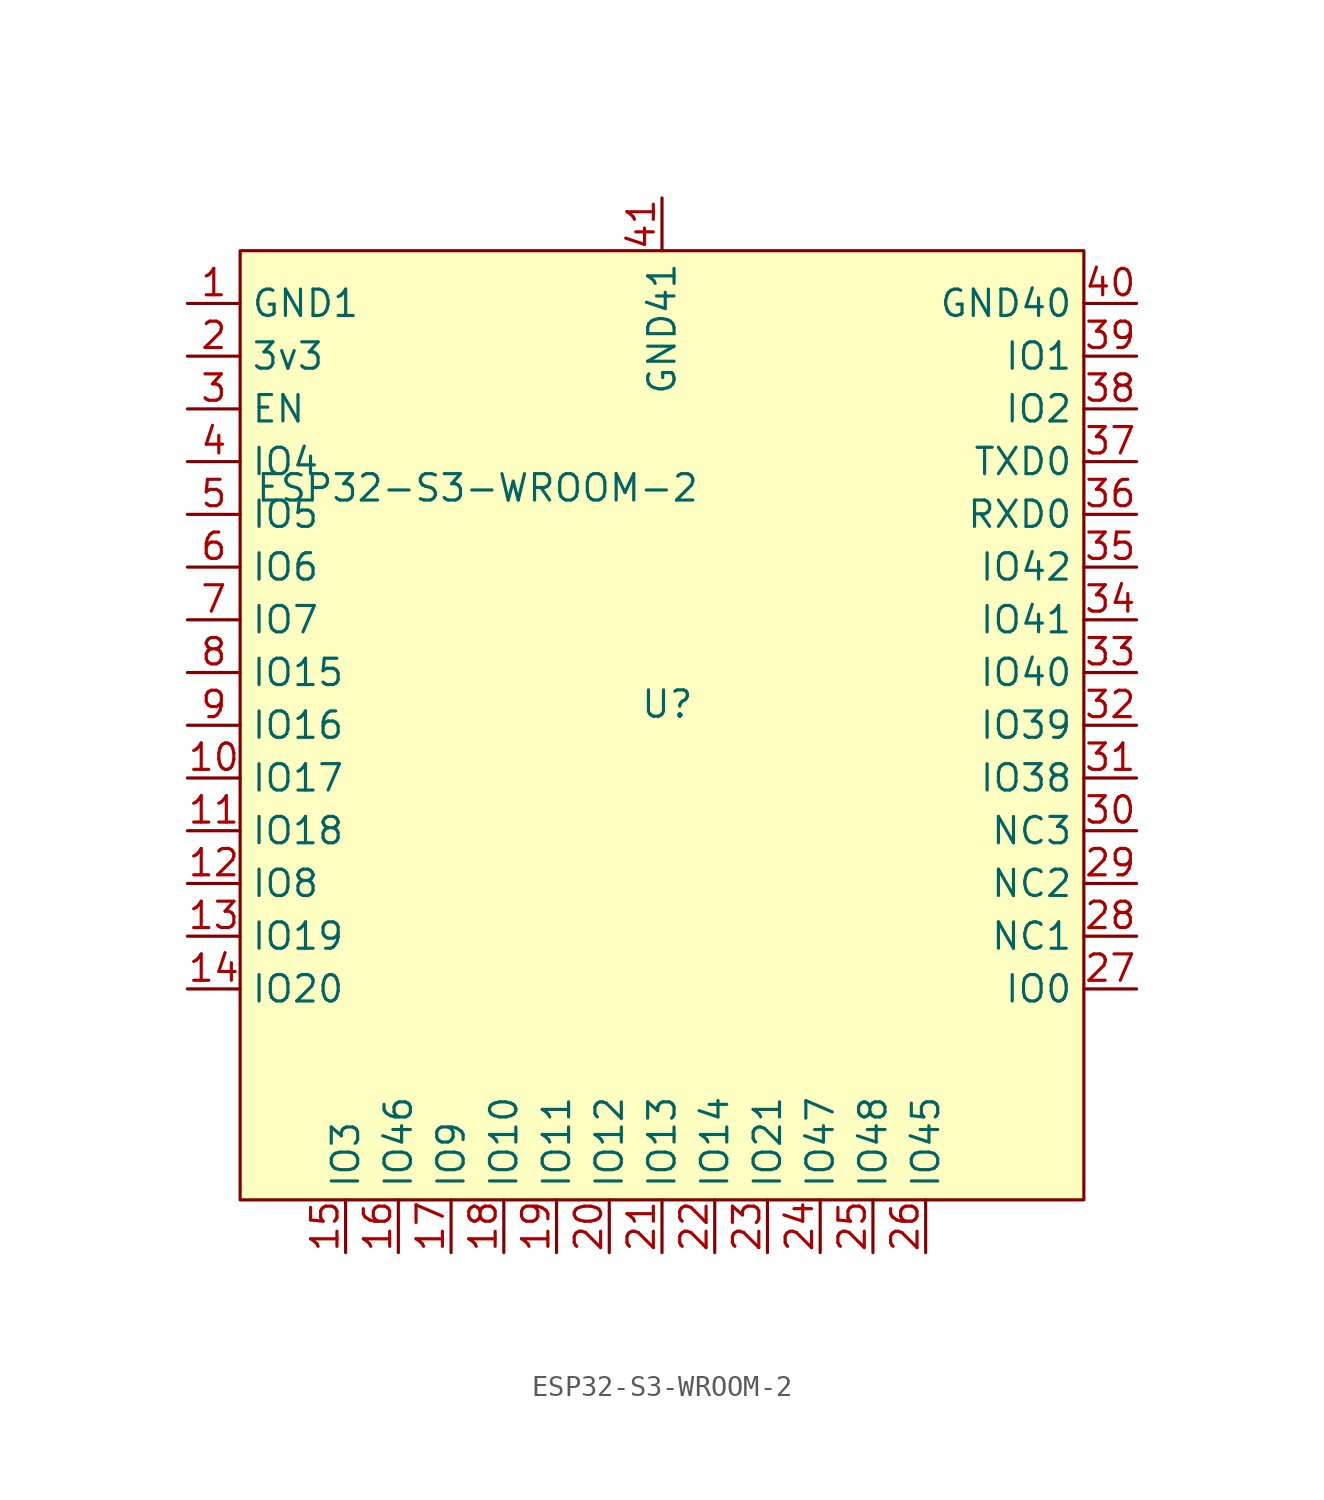
<source format=kicad_sym>
(kicad_symbol_lib
  (version 20241209)
  (generator "kicad_symbol_editor")
  (generator_version "9.0")
  (symbol "ESP32-S3-WROOM-2"
    (property "Reference" "U"
      (at 9.144 -10.414 0)
      (effects (font (size 1.27 1.27))))
    (property "Value" "ESP32-S3-WROOM-2"
      (at 0 0 0)
      (effects (font (size 1.27 1.27))))
    (symbol "ESP32-S3-WROOM-2_1_1"
      (rectangle (start -11.43 11.43) (end 29.21 -34.29) (stroke (width 0) (type solid)) (fill (type color) (color 255 255 194 1)))
      (pin input line (at -13.97 8.89 0) (length 2.54) (name "GND1" (effects (font (size 1.27 1.27)))) (number "1" (effects (font (size 1.27 1.27)))))
      (pin input line (at -13.97 6.35 0) (length 2.54) (name "3v3" (effects (font (size 1.27 1.27)))) (number "2" (effects (font (size 1.27 1.27)))))
      (pin input line (at -13.97 3.81 0) (length 2.54) (name "EN" (effects (font (size 1.27 1.27)))) (number "3" (effects (font (size 1.27 1.27)))))
      (pin input line (at -13.97 1.27 0) (length 2.54) (name "IO4" (effects (font (size 1.27 1.27)))) (number "4" (effects (font (size 1.27 1.27)))))
      (pin input line (at -13.97 -1.27 0) (length 2.54) (name "IO5" (effects (font (size 1.27 1.27)))) (number "5" (effects (font (size 1.27 1.27)))))
      (pin input line (at -13.97 -3.81 0) (length 2.54) (name "IO6" (effects (font (size 1.27 1.27)))) (number "6" (effects (font (size 1.27 1.27)))))
      (pin input line (at -13.97 -6.35 0) (length 2.54) (name "IO7" (effects (font (size 1.27 1.27)))) (number "7" (effects (font (size 1.27 1.27)))))
      (pin input line (at -13.97 -8.89 0) (length 2.54) (name "IO15" (effects (font (size 1.27 1.27)))) (number "8" (effects (font (size 1.27 1.27)))))
      (pin input line (at -13.97 -11.43 0) (length 2.54) (name "IO16" (effects (font (size 1.27 1.27)))) (number "9" (effects (font (size 1.27 1.27)))))
      (pin input line (at -13.97 -13.97 0) (length 2.54) (name "IO17" (effects (font (size 1.27 1.27)))) (number "10" (effects (font (size 1.27 1.27)))))
      (pin input line (at -13.97 -16.51 0) (length 2.54) (name "IO18" (effects (font (size 1.27 1.27)))) (number "11" (effects (font (size 1.27 1.27)))))
      (pin input line (at -13.97 -19.05 0) (length 2.54) (name "IO8" (effects (font (size 1.27 1.27)))) (number "12" (effects (font (size 1.27 1.27)))))
      (pin input line (at -13.97 -21.59 0) (length 2.54) (name "IO19" (effects (font (size 1.27 1.27)))) (number "13" (effects (font (size 1.27 1.27)))))
      (pin input line (at -13.97 -24.13 0) (length 2.54) (name "IO20" (effects (font (size 1.27 1.27)))) (number "14" (effects (font (size 1.27 1.27)))))
      (pin input line (at -6.35 -36.83 90) (length 2.54) (name "IO3" (effects (font (size 1.27 1.27)))) (number "15" (effects (font (size 1.27 1.27)))))
      (pin input line (at -3.81 -36.83 90) (length 2.54) (name "IO46" (effects (font (size 1.27 1.27)))) (number "16" (effects (font (size 1.27 1.27)))))
      (pin input line (at -1.27 -36.83 90) (length 2.54) (name "IO9" (effects (font (size 1.27 1.27)))) (number "17" (effects (font (size 1.27 1.27)))))
      (pin input line (at 1.27 -36.83 90) (length 2.54) (name "IO10" (effects (font (size 1.27 1.27)))) (number "18" (effects (font (size 1.27 1.27)))))
      (pin input line (at 3.81 -36.83 90) (length 2.54) (name "IO11" (effects (font (size 1.27 1.27)))) (number "19" (effects (font (size 1.27 1.27)))))
      (pin input line (at 6.35 -36.83 90) (length 2.54) (name "IO12" (effects (font (size 1.27 1.27)))) (number "20" (effects (font (size 1.27 1.27)))))
      (pin input line (at 8.89 13.97 270) (length 2.54) (name "GND41" (effects (font (size 1.27 1.27)))) (number "41" (effects (font (size 1.27 1.27)))))
      (pin input line (at 8.89 -36.83 90) (length 2.54) (name "IO13" (effects (font (size 1.27 1.27)))) (number "21" (effects (font (size 1.27 1.27)))))
      (pin input line (at 11.43 -36.83 90) (length 2.54) (name "IO14" (effects (font (size 1.27 1.27)))) (number "22" (effects (font (size 1.27 1.27)))))
      (pin input line (at 13.97 -36.83 90) (length 2.54) (name "IO21" (effects (font (size 1.27 1.27)))) (number "23" (effects (font (size 1.27 1.27)))))
      (pin input line (at 16.51 -36.83 90) (length 2.54) (name "IO47" (effects (font (size 1.27 1.27)))) (number "24" (effects (font (size 1.27 1.27)))))
      (pin input line (at 19.05 -36.83 90) (length 2.54) (name "IO48" (effects (font (size 1.27 1.27)))) (number "25" (effects (font (size 1.27 1.27)))))
      (pin input line (at 21.59 -36.83 90) (length 2.54) (name "IO45" (effects (font (size 1.27 1.27)))) (number "26" (effects (font (size 1.27 1.27)))))
      (pin input line (at 31.75 8.89 180) (length 2.54) (name "GND40" (effects (font (size 1.27 1.27)))) (number "40" (effects (font (size 1.27 1.27)))))
      (pin input line (at 31.75 6.35 180) (length 2.54) (name "IO1" (effects (font (size 1.27 1.27)))) (number "39" (effects (font (size 1.27 1.27)))))
      (pin input line (at 31.75 3.81 180) (length 2.54) (name "IO2" (effects (font (size 1.27 1.27)))) (number "38" (effects (font (size 1.27 1.27)))))
      (pin input line (at 31.75 1.27 180) (length 2.54) (name "TXD0" (effects (font (size 1.27 1.27)))) (number "37" (effects (font (size 1.27 1.27)))))
      (pin input line (at 31.75 -1.27 180) (length 2.54) (name "RXD0" (effects (font (size 1.27 1.27)))) (number "36" (effects (font (size 1.27 1.27)))))
      (pin input line (at 31.75 -3.81 180) (length 2.54) (name "IO42" (effects (font (size 1.27 1.27)))) (number "35" (effects (font (size 1.27 1.27)))))
      (pin input line (at 31.75 -6.35 180) (length 2.54) (name "IO41" (effects (font (size 1.27 1.27)))) (number "34" (effects (font (size 1.27 1.27)))))
      (pin input line (at 31.75 -8.89 180) (length 2.54) (name "IO40" (effects (font (size 1.27 1.27)))) (number "33" (effects (font (size 1.27 1.27)))))
      (pin input line (at 31.75 -11.43 180) (length 2.54) (name "IO39" (effects (font (size 1.27 1.27)))) (number "32" (effects (font (size 1.27 1.27)))))
      (pin input line (at 31.75 -13.97 180) (length 2.54) (name "IO38" (effects (font (size 1.27 1.27)))) (number "31" (effects (font (size 1.27 1.27)))))
      (pin input line (at 31.75 -16.51 180) (length 2.54) (name "NC3" (effects (font (size 1.27 1.27)))) (number "30" (effects (font (size 1.27 1.27)))))
      (pin input line (at 31.75 -19.05 180) (length 2.54) (name "NC2" (effects (font (size 1.27 1.27)))) (number "29" (effects (font (size 1.27 1.27)))))
      (pin input line (at 31.75 -21.59 180) (length 2.54) (name "NC1" (effects (font (size 1.27 1.27)))) (number "28" (effects (font (size 1.27 1.27)))))
      (pin input line (at 31.75 -24.13 180) (length 2.54) (name "IO0" (effects (font (size 1.27 1.27)))) (number "27" (effects (font (size 1.27 1.27))))))))
</source>
